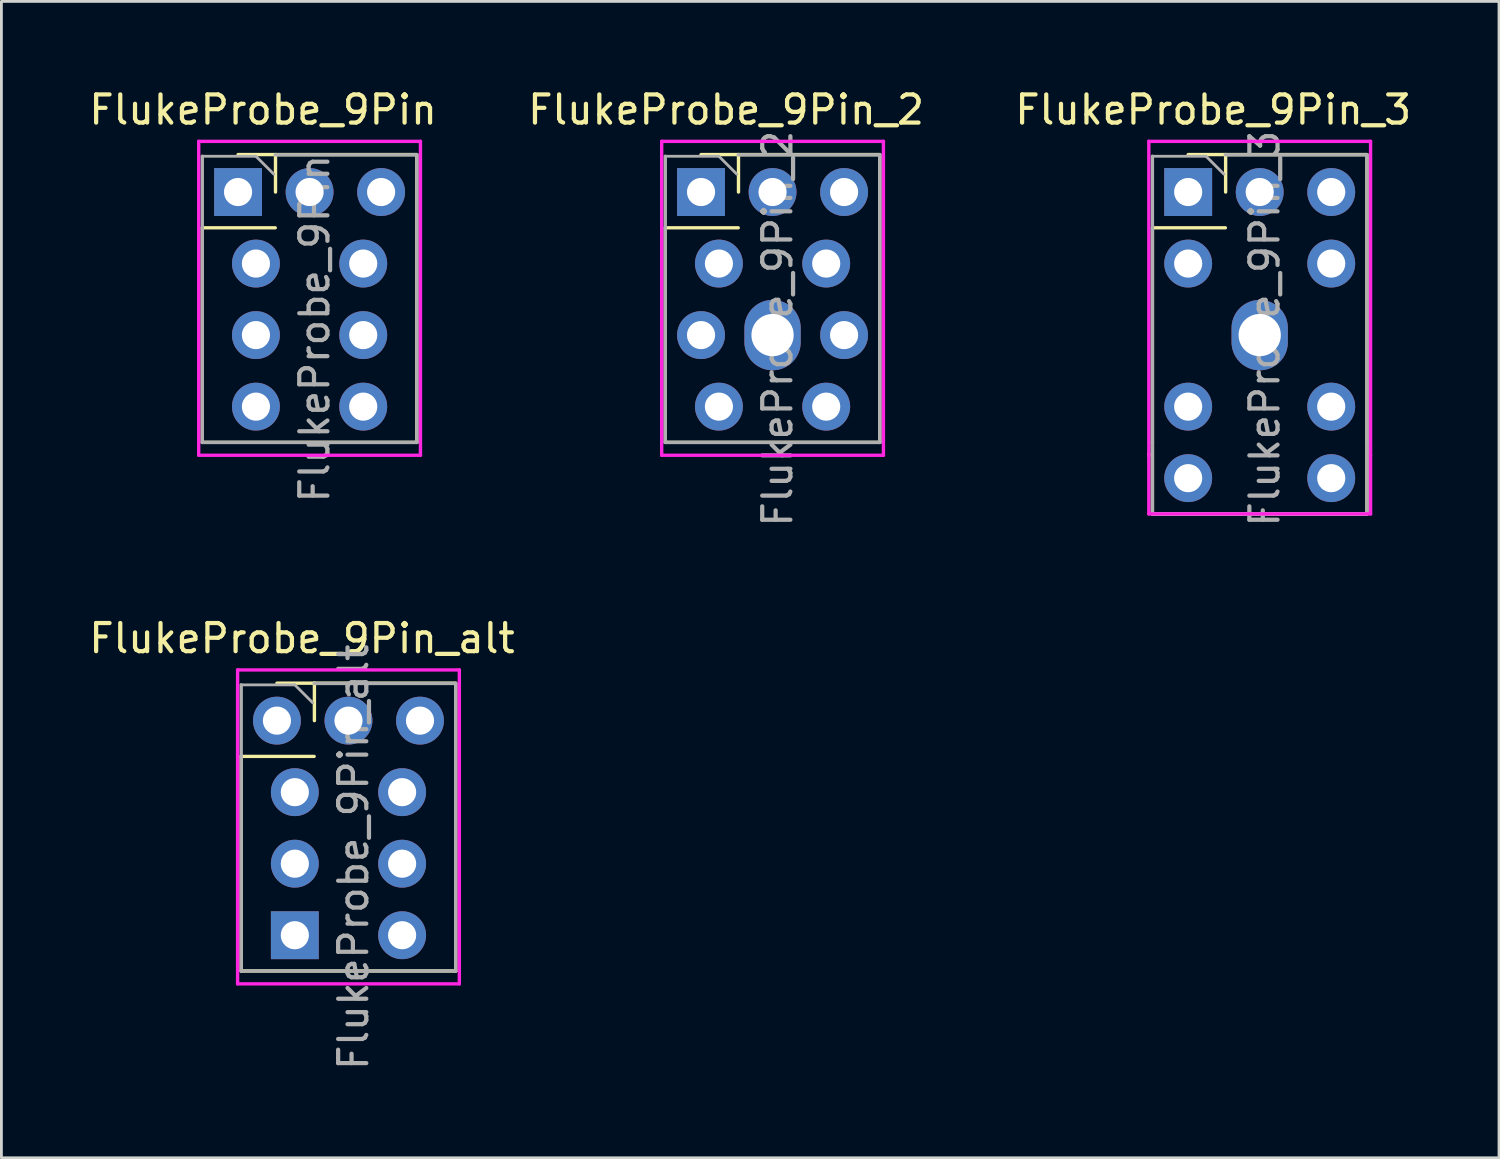
<source format=kicad_pcb>
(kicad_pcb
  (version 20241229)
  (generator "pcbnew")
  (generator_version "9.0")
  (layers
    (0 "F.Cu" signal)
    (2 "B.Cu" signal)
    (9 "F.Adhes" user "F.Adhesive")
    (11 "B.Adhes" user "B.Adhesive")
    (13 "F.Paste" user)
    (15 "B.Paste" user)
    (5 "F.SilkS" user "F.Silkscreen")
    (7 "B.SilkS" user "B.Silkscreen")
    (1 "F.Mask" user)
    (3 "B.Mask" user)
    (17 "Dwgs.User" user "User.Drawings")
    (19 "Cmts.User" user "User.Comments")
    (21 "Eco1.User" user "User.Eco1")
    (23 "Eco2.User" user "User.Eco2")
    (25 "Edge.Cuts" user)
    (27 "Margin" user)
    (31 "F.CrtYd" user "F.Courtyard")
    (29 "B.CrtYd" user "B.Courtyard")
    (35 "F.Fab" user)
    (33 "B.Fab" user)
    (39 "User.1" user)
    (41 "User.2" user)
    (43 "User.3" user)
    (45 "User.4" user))
  (footprint "FlukeProbe_9Pin_2"
    (layer "F.Cu")
    (at 21.843 3.769)
    (property "Reference" "FlukeProbe_9Pin_2" (at 0.889 -2.921 0) (layer "F.SilkS") (effects (font (size 1 1) (thickness 0.15))))
    (attr through_hole)
    (fp_line (start -1.27 1.27) (end 1.321 1.27) (stroke (width 0.12) (type solid)) (layer "F.SilkS"))
    (fp_line (start -1.27 8.89) (end -1.27 1.27) (stroke (width 0.12) (type solid)) (layer "F.SilkS"))
    (fp_line (start -1.27 8.89) (end 6.35 8.89) (stroke (width 0.12) (type solid)) (layer "F.SilkS"))
    (fp_line (start 0 -1.33) (end 1.33 -1.33) (stroke (width 0.12) (type solid)) (layer "F.SilkS"))
    (fp_line (start 1.33 -1.33) (end 1.33 0) (stroke (width 0.12) (type solid)) (layer "F.SilkS"))
    (fp_line (start 1.33 -1.33) (end 6.35 -1.33) (stroke (width 0.12) (type solid)) (layer "F.SilkS"))
    (fp_line (start 6.35 -1.27) (end 6.35 8.89) (stroke (width 0.12) (type solid)) (layer "F.SilkS"))
    (fp_line (start -1.397 -1.8) (end -1.397 9.347) (stroke (width 0.12) (type solid)) (layer "F.CrtYd"))
    (fp_line (start -1.397 -1.8) (end 6.477 -1.8) (stroke (width 0.12) (type solid)) (layer "F.CrtYd"))
    (fp_line (start -1.397 9.347) (end 6.477 9.347) (stroke (width 0.12) (type solid)) (layer "F.CrtYd"))
    (fp_line (start 6.477 9.347) (end 6.477 -1.8) (stroke (width 0.12) (type solid)) (layer "F.CrtYd"))
    (fp_line (start -1.27 -1.27) (end -1.27 8.89) (stroke (width 0.12) (type solid)) (layer "F.Fab"))
    (fp_line (start -1.27 -1.27) (end 0.635 -1.27) (stroke (width 0.1) (type solid)) (layer "F.Fab"))
    (fp_line (start -1.27 8.89) (end 6.35 8.89) (stroke (width 0.12) (type solid)) (layer "F.Fab"))
    (fp_line (start 0.635 -1.27) (end 1.27 -0.635) (stroke (width 0.1) (type solid)) (layer "F.Fab"))
    (fp_line (start 6.35 -1.321) (end 1.321 -1.321) (stroke (width 0.12) (type solid)) (layer "F.Fab"))
    (fp_line (start 6.35 8.89) (end 6.35 -1.321) (stroke (width 0.12) (type solid)) (layer "F.Fab"))
    (fp_text user "${REFERENCE}" (at 2.718 4.851 90) (layer "F.Fab") (effects (font (size 1 1) (thickness 0.15))))
    (pad "1" thru_hole rect (at 0 0) (size 1.7 1.7) (drill 1) (layers "*.Cu" "*.Mask"))
    (pad "2" thru_hole oval (at 0.635 2.54) (size 1.7 1.7) (drill 1) (layers "*.Cu" "*.Mask"))
    (pad "3" thru_hole oval (at 0 5.08) (size 1.7 1.7) (drill 1) (layers "*.Cu" "*.Mask"))
    (pad "4" thru_hole oval (at 0.635 7.62) (size 1.7 1.7) (drill 1) (layers "*.Cu" "*.Mask"))
    (pad "5" thru_hole oval (at 2.54 0) (size 1.7 1.7) (drill 1) (layers "*.Cu" "*.Mask"))
    (pad "6" thru_hole oval (at 5.08 0) (size 1.7 1.7) (drill 1) (layers "*.Cu" "*.Mask"))
    (pad "7" thru_hole oval (at 4.445 2.54) (size 1.7 1.7) (drill 1) (layers "*.Cu" "*.Mask"))
    (pad "8" thru_hole oval (at 5.08 5.08) (size 1.7 1.7) (drill 1) (layers "*.Cu" "*.Mask"))
    (pad "9" thru_hole oval (at 4.445 7.62) (size 1.7 1.7) (drill 1) (layers "*.Cu" "*.Mask"))
    (pad "10" thru_hole oval (at 2.54 5.08) (size 2 2.5) (drill 1.5) (layers "*.Cu" "*.Mask")))
  (footprint "FlukeProbe_9Pin_3"
    (layer "F.Cu")
    (at 39.141 3.769)
    (property "Reference" "FlukeProbe_9Pin_3" (at 0.889 -2.921 0) (layer "F.SilkS") (effects (font (size 1 1) (thickness 0.15))))
    (attr through_hole)
    (fp_line (start -1.4 9.3) (end -1.4 9.35) (stroke (width 0.12) (type solid)) (layer "F.SilkS"))
    (fp_line (start -1.27 1.27) (end 1.321 1.27) (stroke (width 0.12) (type solid)) (layer "F.SilkS"))
    (fp_line (start -1.27 8.89) (end -1.27 1.27) (stroke (width 0.12) (type solid)) (layer "F.SilkS"))
    (fp_line (start -1.27 8.89) (end -1.27 11.43) (stroke (width 0.12) (type solid)) (layer "F.SilkS"))
    (fp_line (start -1.27 11.43) (end 6.35 11.43) (stroke (width 0.12) (type solid)) (layer "F.SilkS"))
    (fp_line (start -1.27 11.43) (end 6.35 11.43) (stroke (width 0.12) (type solid)) (layer "F.SilkS"))
    (fp_line (start 0 -1.33) (end 1.33 -1.33) (stroke (width 0.12) (type solid)) (layer "F.SilkS"))
    (fp_line (start 1.33 -1.33) (end 1.33 0) (stroke (width 0.12) (type solid)) (layer "F.SilkS"))
    (fp_line (start 1.33 -1.33) (end 6.35 -1.33) (stroke (width 0.12) (type solid)) (layer "F.SilkS"))
    (fp_line (start 6.35 -1.27) (end 6.35 8.89) (stroke (width 0.12) (type solid)) (layer "F.SilkS"))
    (fp_line (start 6.35 11.43) (end 6.35 8.89) (stroke (width 0.12) (type solid)) (layer "F.SilkS"))
    (fp_line (start -1.397 -1.8) (end -1.397 9.347) (stroke (width 0.12) (type solid)) (layer "F.CrtYd"))
    (fp_line (start -1.397 -1.8) (end 6.477 -1.8) (stroke (width 0.12) (type solid)) (layer "F.CrtYd"))
    (fp_line (start -1.397 9.347) (end -1.397 11.43) (stroke (width 0.12) (type solid)) (layer "F.CrtYd"))
    (fp_line (start -1.397 11.43) (end 6.477 11.43) (stroke (width 0.12) (type solid)) (layer "F.CrtYd"))
    (fp_line (start 6.477 9.347) (end 6.477 -1.8) (stroke (width 0.12) (type solid)) (layer "F.CrtYd"))
    (fp_line (start 6.477 11.43) (end 6.477 9.347) (stroke (width 0.12) (type solid)) (layer "F.CrtYd"))
    (fp_line (start -1.27 -1.27) (end -1.27 8.89) (stroke (width 0.12) (type solid)) (layer "F.Fab"))
    (fp_line (start -1.27 -1.27) (end 0.635 -1.27) (stroke (width 0.1) (type solid)) (layer "F.Fab"))
    (fp_line (start -1.27 11.43) (end -1.27 8.89) (stroke (width 0.12) (type solid)) (layer "F.Fab"))
    (fp_line (start -1.27 11.43) (end 6.35 11.43) (stroke (width 0.12) (type solid)) (layer "F.Fab"))
    (fp_line (start 0.635 -1.27) (end 1.27 -0.635) (stroke (width 0.1) (type solid)) (layer "F.Fab"))
    (fp_line (start 6.35 -1.321) (end 1.321 -1.321) (stroke (width 0.12) (type solid)) (layer "F.Fab"))
    (fp_line (start 6.35 8.89) (end 6.35 -1.321) (stroke (width 0.12) (type solid)) (layer "F.Fab"))
    (fp_line (start 6.35 8.9) (end 6.35 11.43) (stroke (width 0.12) (type solid)) (layer "F.Fab"))
    (fp_text user "${REFERENCE}" (at 2.718 4.851 90) (layer "F.Fab") (effects (font (size 1 1) (thickness 0.15))))
    (pad "1" thru_hole rect (at 0 0) (size 1.7 1.7) (drill 1) (layers "*.Cu" "*.Mask"))
    (pad "2" thru_hole oval (at 0 2.54) (size 1.7 1.7) (drill 1) (layers "*.Cu" "*.Mask"))
    (pad "3" thru_hole oval (at 0 7.62) (size 1.7 1.7) (drill 1) (layers "*.Cu" "*.Mask"))
    (pad "4" thru_hole oval (at 0 10.16) (size 1.7 1.7) (drill 1) (layers "*.Cu" "*.Mask"))
    (pad "5" thru_hole oval (at 2.54 0) (size 1.7 1.7) (drill 1) (layers "*.Cu" "*.Mask"))
    (pad "6" thru_hole oval (at 5.08 0) (size 1.7 1.7) (drill 1) (layers "*.Cu" "*.Mask"))
    (pad "7" thru_hole oval (at 5.08 2.54) (size 1.7 1.7) (drill 1) (layers "*.Cu" "*.Mask"))
    (pad "8" thru_hole oval (at 5.08 7.62) (size 1.7 1.7) (drill 1) (layers "*.Cu" "*.Mask"))
    (pad "9" thru_hole oval (at 5.08 10.16) (size 1.7 1.7) (drill 1) (layers "*.Cu" "*.Mask"))
    (pad "10" thru_hole oval (at 2.54 5.08) (size 2 2.5) (drill 1.5) (layers "*.Cu" "*.Mask")))
  (footprint "FlukeProbe_9Pin"
    (layer "F.Cu")
    (at 5.403 3.769)
    (property "Reference" "FlukeProbe_9Pin" (at 0.889 -2.921 0) (layer "F.SilkS") (effects (font (size 1 1) (thickness 0.15))))
    (attr through_hole)
    (fp_line (start -1.27 1.27) (end 1.321 1.27) (stroke (width 0.12) (type solid)) (layer "F.SilkS"))
    (fp_line (start -1.27 8.89) (end -1.27 1.27) (stroke (width 0.12) (type solid)) (layer "F.SilkS"))
    (fp_line (start -1.27 8.89) (end 6.35 8.89) (stroke (width 0.12) (type solid)) (layer "F.SilkS"))
    (fp_line (start 0 -1.33) (end 1.33 -1.33) (stroke (width 0.12) (type solid)) (layer "F.SilkS"))
    (fp_line (start 1.33 -1.33) (end 1.33 0) (stroke (width 0.12) (type solid)) (layer "F.SilkS"))
    (fp_line (start 1.33 -1.33) (end 6.35 -1.33) (stroke (width 0.12) (type solid)) (layer "F.SilkS"))
    (fp_line (start 6.35 -1.27) (end 6.35 8.89) (stroke (width 0.12) (type solid)) (layer "F.SilkS"))
    (fp_line (start -1.397 -1.8) (end -1.397 9.347) (stroke (width 0.12) (type solid)) (layer "F.CrtYd"))
    (fp_line (start -1.397 -1.8) (end 6.477 -1.8) (stroke (width 0.12) (type solid)) (layer "F.CrtYd"))
    (fp_line (start -1.397 9.347) (end 6.477 9.347) (stroke (width 0.12) (type solid)) (layer "F.CrtYd"))
    (fp_line (start 6.477 9.347) (end 6.477 -1.8) (stroke (width 0.12) (type solid)) (layer "F.CrtYd"))
    (fp_line (start -1.27 -1.27) (end -1.27 8.89) (stroke (width 0.12) (type solid)) (layer "F.Fab"))
    (fp_line (start -1.27 -1.27) (end 0.635 -1.27) (stroke (width 0.1) (type solid)) (layer "F.Fab"))
    (fp_line (start -1.27 8.89) (end 6.35 8.89) (stroke (width 0.12) (type solid)) (layer "F.Fab"))
    (fp_line (start 0.635 -1.27) (end 1.27 -0.635) (stroke (width 0.1) (type solid)) (layer "F.Fab"))
    (fp_line (start 6.35 -1.321) (end 1.321 -1.321) (stroke (width 0.12) (type solid)) (layer "F.Fab"))
    (fp_line (start 6.35 8.89) (end 6.35 -1.321) (stroke (width 0.12) (type solid)) (layer "F.Fab"))
    (fp_text user "${REFERENCE}" (at 2.718 4.851 90) (layer "F.Fab") (effects (font (size 1 1) (thickness 0.15))))
    (pad "1" thru_hole rect (at 0 0) (size 1.7 1.7) (drill 1) (layers "*.Cu" "*.Mask"))
    (pad "2" thru_hole oval (at 0.635 2.54) (size 1.7 1.7) (drill 1) (layers "*.Cu" "*.Mask"))
    (pad "3" thru_hole oval (at 0.635 5.08) (size 1.7 1.7) (drill 1) (layers "*.Cu" "*.Mask"))
    (pad "4" thru_hole oval (at 0.635 7.62) (size 1.7 1.7) (drill 1) (layers "*.Cu" "*.Mask"))
    (pad "5" thru_hole oval (at 2.54 0) (size 1.7 1.7) (drill 1) (layers "*.Cu" "*.Mask"))
    (pad "6" thru_hole oval (at 5.08 0) (size 1.7 1.7) (drill 1) (layers "*.Cu" "*.Mask"))
    (pad "7" thru_hole oval (at 4.445 2.54) (size 1.7 1.7) (drill 1) (layers "*.Cu" "*.Mask"))
    (pad "8" thru_hole oval (at 4.445 7.62) (size 1.7 1.7) (drill 1) (layers "*.Cu" "*.Mask"))
    (pad "9" thru_hole oval (at 4.445 5.08) (size 1.7 1.7) (drill 1) (layers "*.Cu" "*.Mask")))
  (footprint "FlukeProbe_9Pin_alt"
    (layer "F.Cu")
    (at 6.784 22.539)
    (property "Reference" "FlukeProbe_9Pin_alt" (at 0.889 -2.921 0) (layer "F.SilkS") (effects (font (size 1 1) (thickness 0.15))))
    (attr through_hole)
    (fp_line (start -1.27 1.27) (end 1.321 1.27) (stroke (width 0.12) (type solid)) (layer "F.SilkS"))
    (fp_line (start -1.27 8.89) (end -1.27 1.27) (stroke (width 0.12) (type solid)) (layer "F.SilkS"))
    (fp_line (start -1.27 8.89) (end 6.35 8.89) (stroke (width 0.12) (type solid)) (layer "F.SilkS"))
    (fp_line (start 0 -1.33) (end 1.33 -1.33) (stroke (width 0.12) (type solid)) (layer "F.SilkS"))
    (fp_line (start 1.33 -1.33) (end 1.33 0) (stroke (width 0.12) (type solid)) (layer "F.SilkS"))
    (fp_line (start 1.33 -1.33) (end 6.35 -1.33) (stroke (width 0.12) (type solid)) (layer "F.SilkS"))
    (fp_line (start 6.35 -1.27) (end 6.35 8.89) (stroke (width 0.12) (type solid)) (layer "F.SilkS"))
    (fp_line (start -1.397 -1.8) (end -1.397 9.347) (stroke (width 0.12) (type solid)) (layer "F.CrtYd"))
    (fp_line (start -1.397 -1.8) (end 6.477 -1.8) (stroke (width 0.12) (type solid)) (layer "F.CrtYd"))
    (fp_line (start -1.397 9.347) (end 6.477 9.347) (stroke (width 0.12) (type solid)) (layer "F.CrtYd"))
    (fp_line (start 6.477 9.347) (end 6.477 -1.8) (stroke (width 0.12) (type solid)) (layer "F.CrtYd"))
    (fp_line (start -1.27 -1.27) (end -1.27 8.89) (stroke (width 0.12) (type solid)) (layer "F.Fab"))
    (fp_line (start -1.27 -1.27) (end 0.635 -1.27) (stroke (width 0.1) (type solid)) (layer "F.Fab"))
    (fp_line (start -1.27 8.89) (end 6.35 8.89) (stroke (width 0.12) (type solid)) (layer "F.Fab"))
    (fp_line (start 0.635 -1.27) (end 1.27 -0.635) (stroke (width 0.1) (type solid)) (layer "F.Fab"))
    (fp_line (start 6.35 -1.321) (end 1.321 -1.321) (stroke (width 0.12) (type solid)) (layer "F.Fab"))
    (fp_line (start 6.35 8.89) (end 6.35 -1.321) (stroke (width 0.12) (type solid)) (layer "F.Fab"))
    (fp_text user "${REFERENCE}" (at 2.718 4.851 90) (layer "F.Fab") (effects (font (size 1 1) (thickness 0.15))))
    (pad "1" thru_hole rect (at 0.635 7.62) (size 1.7 1.7) (drill 1) (layers "*.Cu" "*.Mask"))
    (pad "2" thru_hole oval (at 0.635 5.08) (size 1.7 1.7) (drill 1) (layers "*.Cu" "*.Mask"))
    (pad "3" thru_hole oval (at 0.635 2.54) (size 1.7 1.7) (drill 1) (layers "*.Cu" "*.Mask"))
    (pad "4" thru_hole oval (at 0 0) (size 1.7 1.7) (drill 1) (layers "*.Cu" "*.Mask"))
    (pad "5" thru_hole oval (at 2.54 0) (size 1.7 1.7) (drill 1) (layers "*.Cu" "*.Mask"))
    (pad "6" thru_hole oval (at 5.08 0) (size 1.7 1.7) (drill 1) (layers "*.Cu" "*.Mask"))
    (pad "7" thru_hole oval (at 4.445 2.54) (size 1.7 1.7) (drill 1) (layers "*.Cu" "*.Mask"))
    (pad "8" thru_hole oval (at 4.445 5.08) (size 1.7 1.7) (drill 1) (layers "*.Cu" "*.Mask"))
    (pad "9" thru_hole oval (at 4.445 7.62) (size 1.7 1.7) (drill 1) (layers "*.Cu" "*.Mask")))
  (gr_rect
    (start -3 -3)
    (end 50.179 38.063)
    (stroke (width 0.1) (type default))
    (fill no)
    (layer "Edge.Cuts")))
</source>
